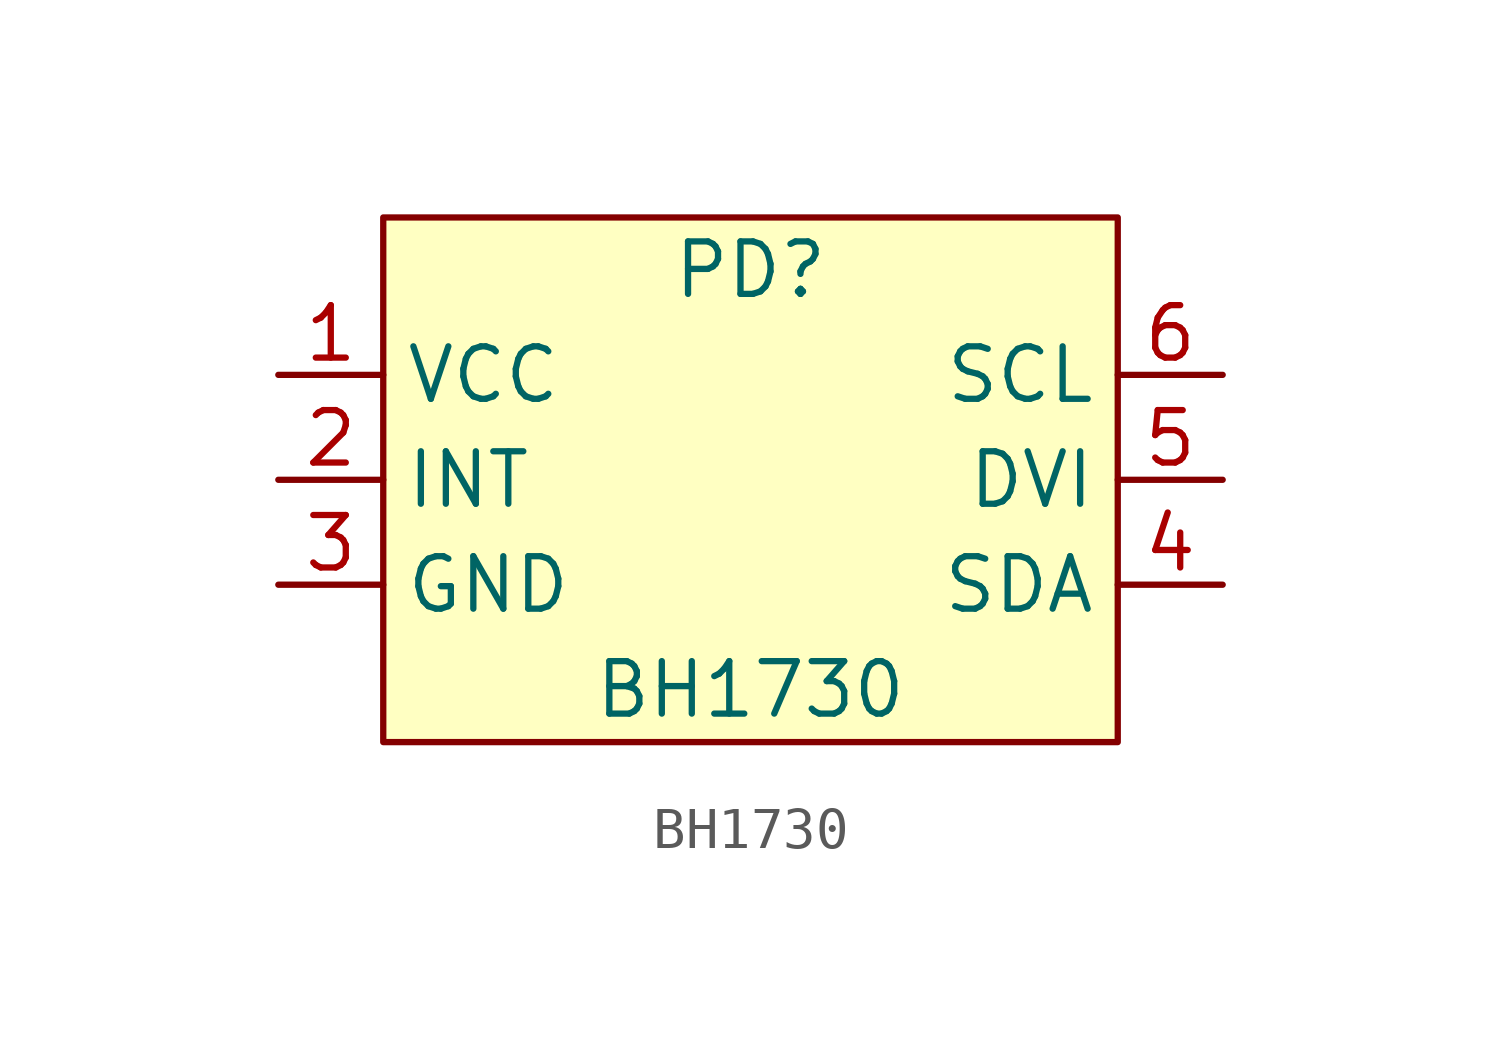
<source format=kicad_sym>
(kicad_symbol_lib
  (version 20220914)
  (generator kicad_symbol_editor)
  (symbol "BH1730"
    (property "Reference" "PD"
      (at 0 5.08 0)
      (effects (font (size 1.27 1.27))))
    (property "Value" "BH1730"
      (at 0 -5.08 0)
      (effects (font (size 1.27 1.27))))
    (symbol "BH1730_0_1"
      (rectangle (start -8.89 6.35) (end 8.89 -6.35) (stroke (width 0) (type default)) (fill (type background))))
    (symbol "BH1730_1_1"
      (pin power_in line (at -11.43 2.54 0) (length 2.54) (name "VCC" (effects (font (size 1.27 1.27)))) (number "1" (effects (font (size 1.27 1.27)))))
      (pin input line (at -11.43 0 0) (length 2.54) (name "INT" (effects (font (size 1.27 1.27)))) (number "2" (effects (font (size 1.27 1.27)))))
      (pin power_in line (at -11.43 -2.54 0) (length 2.54) (name "GND" (effects (font (size 1.27 1.27)))) (number "3" (effects (font (size 1.27 1.27)))))
      (pin bidirectional line (at 11.43 -2.54 180) (length 2.54) (name "SDA" (effects (font (size 1.27 1.27)))) (number "4" (effects (font (size 1.27 1.27)))))
      (pin input line (at 11.43 0 180) (length 2.54) (name "DVI" (effects (font (size 1.27 1.27)))) (number "5" (effects (font (size 1.27 1.27)))))
      (pin input line (at 11.43 2.54 180) (length 2.54) (name "SCL" (effects (font (size 1.27 1.27)))) (number "6" (effects (font (size 1.27 1.27))))))))
</source>
